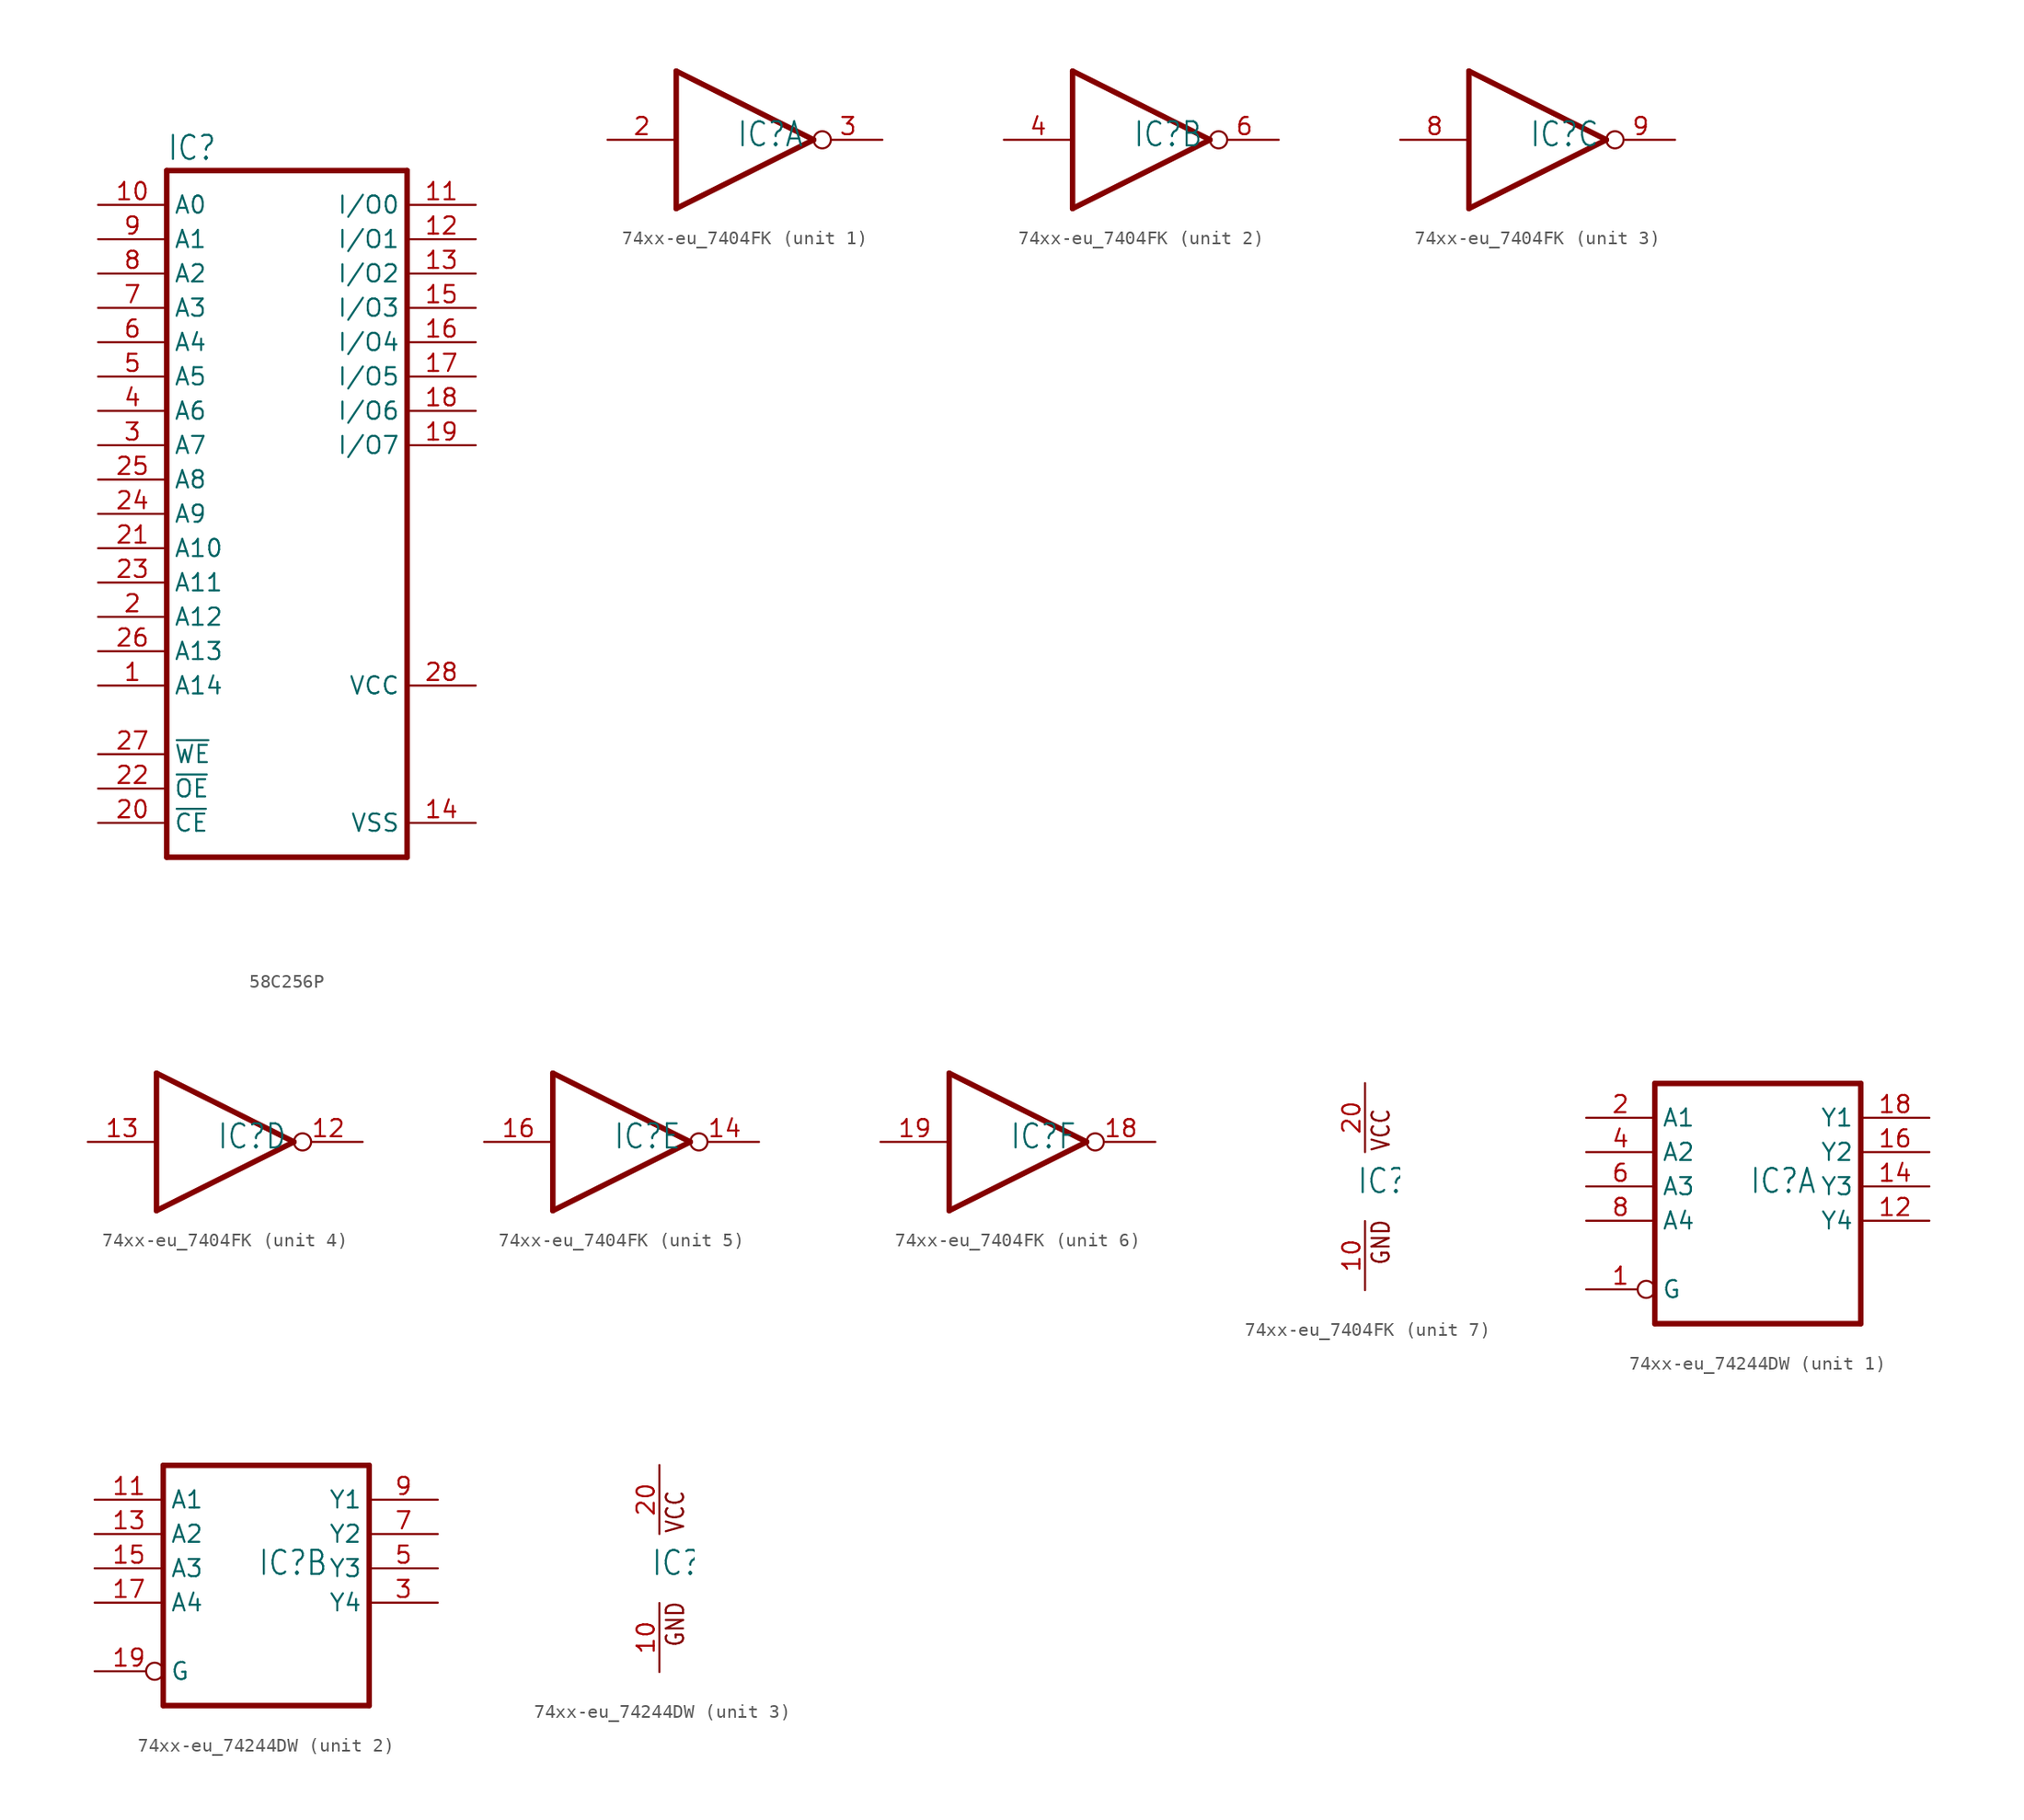
<source format=kicad_sym>
(kicad_symbol_lib
  (version 20220914)
  (generator kicad_symbol_editor)
  (symbol "58C256P"
    (property "Reference" "IC"
      (at -10.16 31.115 0)
      (effects (font (size 1.778 1.511)) (justify left bottom)))
    (property "Value" ""
      (at -10.16 -22.86 0)
      (effects (font (size 1.778 1.511)) (justify left bottom)))
    (property "ki_locked" ""
      (at 0 0 0)
      (effects (font (size 1.27 1.27))))
    (symbol "58C256P_1_0"
      (polyline (pts (xy -10.16 -20.32) (xy -10.16 30.48)) (stroke (width 0.406) (type solid)) (fill (type none)))
      (polyline (pts (xy -10.16 -20.32) (xy 7.62 -20.32)) (stroke (width 0.406) (type solid)) (fill (type none)))
      (polyline (pts (xy 7.62 30.48) (xy -10.16 30.48)) (stroke (width 0.406) (type solid)) (fill (type none)))
      (polyline (pts (xy 7.62 30.48) (xy 7.62 -20.32)) (stroke (width 0.406) (type solid)) (fill (type none)))
      (pin input line (at -15.24 -7.62 0) (length 5.08) (name "A14" (effects (font (size 1.27 1.27)))) (number "1" (effects (font (size 1.27 1.27)))))
      (pin input line (at -15.24 27.94 0) (length 5.08) (name "A0" (effects (font (size 1.27 1.27)))) (number "10" (effects (font (size 1.27 1.27)))))
      (pin tri_state line (at 12.7 27.94 180) (length 5.08) (name "I/O0" (effects (font (size 1.27 1.27)))) (number "11" (effects (font (size 1.27 1.27)))))
      (pin tri_state line (at 12.7 25.4 180) (length 5.08) (name "I/O1" (effects (font (size 1.27 1.27)))) (number "12" (effects (font (size 1.27 1.27)))))
      (pin tri_state line (at 12.7 22.86 180) (length 5.08) (name "I/O2" (effects (font (size 1.27 1.27)))) (number "13" (effects (font (size 1.27 1.27)))))
      (pin power_in line (at 12.7 -17.78 180) (length 5.08) (name "VSS" (effects (font (size 1.27 1.27)))) (number "14" (effects (font (size 1.27 1.27)))))
      (pin tri_state line (at 12.7 20.32 180) (length 5.08) (name "I/O3" (effects (font (size 1.27 1.27)))) (number "15" (effects (font (size 1.27 1.27)))))
      (pin tri_state line (at 12.7 17.78 180) (length 5.08) (name "I/O4" (effects (font (size 1.27 1.27)))) (number "16" (effects (font (size 1.27 1.27)))))
      (pin tri_state line (at 12.7 15.24 180) (length 5.08) (name "I/O5" (effects (font (size 1.27 1.27)))) (number "17" (effects (font (size 1.27 1.27)))))
      (pin tri_state line (at 12.7 12.7 180) (length 5.08) (name "I/O6" (effects (font (size 1.27 1.27)))) (number "18" (effects (font (size 1.27 1.27)))))
      (pin tri_state line (at 12.7 10.16 180) (length 5.08) (name "I/O7" (effects (font (size 1.27 1.27)))) (number "19" (effects (font (size 1.27 1.27)))))
      (pin input line (at -15.24 -2.54 0) (length 5.08) (name "A12" (effects (font (size 1.27 1.27)))) (number "2" (effects (font (size 1.27 1.27)))))
      (pin input line (at -15.24 -17.78 0) (length 5.08) (name "~{CE}" (effects (font (size 1.27 1.27)))) (number "20" (effects (font (size 1.27 1.27)))))
      (pin input line (at -15.24 2.54 0) (length 5.08) (name "A10" (effects (font (size 1.27 1.27)))) (number "21" (effects (font (size 1.27 1.27)))))
      (pin input line (at -15.24 -15.24 0) (length 5.08) (name "~{OE}" (effects (font (size 1.27 1.27)))) (number "22" (effects (font (size 1.27 1.27)))))
      (pin input line (at -15.24 0 0) (length 5.08) (name "A11" (effects (font (size 1.27 1.27)))) (number "23" (effects (font (size 1.27 1.27)))))
      (pin input line (at -15.24 5.08 0) (length 5.08) (name "A9" (effects (font (size 1.27 1.27)))) (number "24" (effects (font (size 1.27 1.27)))))
      (pin input line (at -15.24 7.62 0) (length 5.08) (name "A8" (effects (font (size 1.27 1.27)))) (number "25" (effects (font (size 1.27 1.27)))))
      (pin input line (at -15.24 -5.08 0) (length 5.08) (name "A13" (effects (font (size 1.27 1.27)))) (number "26" (effects (font (size 1.27 1.27)))))
      (pin input line (at -15.24 -12.7 0) (length 5.08) (name "~{WE}" (effects (font (size 1.27 1.27)))) (number "27" (effects (font (size 1.27 1.27)))))
      (pin power_in line (at 12.7 -7.62 180) (length 5.08) (name "VCC" (effects (font (size 1.27 1.27)))) (number "28" (effects (font (size 1.27 1.27)))))
      (pin input line (at -15.24 10.16 0) (length 5.08) (name "A7" (effects (font (size 1.27 1.27)))) (number "3" (effects (font (size 1.27 1.27)))))
      (pin input line (at -15.24 12.7 0) (length 5.08) (name "A6" (effects (font (size 1.27 1.27)))) (number "4" (effects (font (size 1.27 1.27)))))
      (pin input line (at -15.24 15.24 0) (length 5.08) (name "A5" (effects (font (size 1.27 1.27)))) (number "5" (effects (font (size 1.27 1.27)))))
      (pin input line (at -15.24 17.78 0) (length 5.08) (name "A4" (effects (font (size 1.27 1.27)))) (number "6" (effects (font (size 1.27 1.27)))))
      (pin input line (at -15.24 20.32 0) (length 5.08) (name "A3" (effects (font (size 1.27 1.27)))) (number "7" (effects (font (size 1.27 1.27)))))
      (pin input line (at -15.24 22.86 0) (length 5.08) (name "A2" (effects (font (size 1.27 1.27)))) (number "8" (effects (font (size 1.27 1.27)))))
      (pin input line (at -15.24 25.4 0) (length 5.08) (name "A1" (effects (font (size 1.27 1.27)))) (number "9" (effects (font (size 1.27 1.27)))))))
  (symbol "74xx-eu_7404FK"
    (property "Reference" "IC"
      (at -0.635 -0.635 0)
      (effects (font (size 1.778 1.511)) (justify left bottom)))
    (property "ki_locked" ""
      (at 0 0 0)
      (effects (font (size 1.27 1.27))))
    (symbol "74xx-eu_7404FK_1_0"
      (polyline (pts (xy -5.08 -5.08) (xy -5.08 5.08)) (stroke (width 0.406) (type solid)) (fill (type none)))
      (polyline (pts (xy -5.08 5.08) (xy 5.08 0)) (stroke (width 0.406) (type solid)) (fill (type none)))
      (polyline (pts (xy 5.08 0) (xy -5.08 -5.08)) (stroke (width 0.406) (type solid)) (fill (type none)))
      (pin input line (at -10.16 0 0) (length 5.08) (name "I" (effects (font (size 0 0)))) (number "2" (effects (font (size 1.27 1.27)))))
      (pin output inverted (at 10.16 0 180) (length 5.08) (name "O" (effects (font (size 0 0)))) (number "3" (effects (font (size 1.27 1.27))))))
    (symbol "74xx-eu_7404FK_2_0"
      (polyline (pts (xy -5.08 -5.08) (xy -5.08 5.08)) (stroke (width 0.406) (type solid)) (fill (type none)))
      (polyline (pts (xy -5.08 5.08) (xy 5.08 0)) (stroke (width 0.406) (type solid)) (fill (type none)))
      (polyline (pts (xy 5.08 0) (xy -5.08 -5.08)) (stroke (width 0.406) (type solid)) (fill (type none)))
      (pin input line (at -10.16 0 0) (length 5.08) (name "I" (effects (font (size 0 0)))) (number "4" (effects (font (size 1.27 1.27)))))
      (pin output inverted (at 10.16 0 180) (length 5.08) (name "O" (effects (font (size 0 0)))) (number "6" (effects (font (size 1.27 1.27))))))
    (symbol "74xx-eu_7404FK_3_0"
      (polyline (pts (xy -5.08 -5.08) (xy -5.08 5.08)) (stroke (width 0.406) (type solid)) (fill (type none)))
      (polyline (pts (xy -5.08 5.08) (xy 5.08 0)) (stroke (width 0.406) (type solid)) (fill (type none)))
      (polyline (pts (xy 5.08 0) (xy -5.08 -5.08)) (stroke (width 0.406) (type solid)) (fill (type none)))
      (pin input line (at -10.16 0 0) (length 5.08) (name "I" (effects (font (size 0 0)))) (number "8" (effects (font (size 1.27 1.27)))))
      (pin output inverted (at 10.16 0 180) (length 5.08) (name "O" (effects (font (size 0 0)))) (number "9" (effects (font (size 1.27 1.27))))))
    (symbol "74xx-eu_7404FK_4_0"
      (polyline (pts (xy -5.08 -5.08) (xy -5.08 5.08)) (stroke (width 0.406) (type solid)) (fill (type none)))
      (polyline (pts (xy -5.08 5.08) (xy 5.08 0)) (stroke (width 0.406) (type solid)) (fill (type none)))
      (polyline (pts (xy 5.08 0) (xy -5.08 -5.08)) (stroke (width 0.406) (type solid)) (fill (type none)))
      (pin output inverted (at 10.16 0 180) (length 5.08) (name "O" (effects (font (size 0 0)))) (number "12" (effects (font (size 1.27 1.27)))))
      (pin input line (at -10.16 0 0) (length 5.08) (name "I" (effects (font (size 0 0)))) (number "13" (effects (font (size 1.27 1.27))))))
    (symbol "74xx-eu_7404FK_5_0"
      (polyline (pts (xy -5.08 -5.08) (xy -5.08 5.08)) (stroke (width 0.406) (type solid)) (fill (type none)))
      (polyline (pts (xy -5.08 5.08) (xy 5.08 0)) (stroke (width 0.406) (type solid)) (fill (type none)))
      (polyline (pts (xy 5.08 0) (xy -5.08 -5.08)) (stroke (width 0.406) (type solid)) (fill (type none)))
      (pin output inverted (at 10.16 0 180) (length 5.08) (name "O" (effects (font (size 0 0)))) (number "14" (effects (font (size 1.27 1.27)))))
      (pin input line (at -10.16 0 0) (length 5.08) (name "I" (effects (font (size 0 0)))) (number "16" (effects (font (size 1.27 1.27))))))
    (symbol "74xx-eu_7404FK_6_0"
      (polyline (pts (xy -5.08 -5.08) (xy -5.08 5.08)) (stroke (width 0.406) (type solid)) (fill (type none)))
      (polyline (pts (xy -5.08 5.08) (xy 5.08 0)) (stroke (width 0.406) (type solid)) (fill (type none)))
      (polyline (pts (xy 5.08 0) (xy -5.08 -5.08)) (stroke (width 0.406) (type solid)) (fill (type none)))
      (pin output inverted (at 10.16 0 180) (length 5.08) (name "O" (effects (font (size 0 0)))) (number "18" (effects (font (size 1.27 1.27)))))
      (pin input line (at -10.16 0 0) (length 5.08) (name "I" (effects (font (size 0 0)))) (number "19" (effects (font (size 1.27 1.27))))))
    (symbol "74xx-eu_7404FK_7_0"
      (text "GND" (at 1.905 -5.842 900) (effects (font (size 1.27 1.079)) (justify left bottom)))
      (text "VCC" (at 1.905 2.54 900) (effects (font (size 1.27 1.079)) (justify left bottom)))
      (pin power_in line (at 0 -7.62 90) (length 5.08) (name "GND" (effects (font (size 0 0)))) (number "10" (effects (font (size 1.27 1.27)))))
      (pin power_in line (at 0 7.62 270) (length 5.08) (name "VCC" (effects (font (size 0 0)))) (number "20" (effects (font (size 1.27 1.27)))))))
  (symbol "74xx-eu_74244DW"
    (property "Reference" "IC"
      (at -0.635 -0.635 0)
      (effects (font (size 1.778 1.511)) (justify left bottom)))
    (property "ki_locked" ""
      (at 0 0 0)
      (effects (font (size 1.27 1.27))))
    (symbol "74xx-eu_74244DW_1_0"
      (polyline (pts (xy -7.62 -10.16) (xy 7.62 -10.16)) (stroke (width 0.406) (type solid)) (fill (type none)))
      (polyline (pts (xy -7.62 7.62) (xy -7.62 -10.16)) (stroke (width 0.406) (type solid)) (fill (type none)))
      (polyline (pts (xy 7.62 -10.16) (xy 7.62 7.62)) (stroke (width 0.406) (type solid)) (fill (type none)))
      (polyline (pts (xy 7.62 7.62) (xy -7.62 7.62)) (stroke (width 0.406) (type solid)) (fill (type none)))
      (pin input inverted (at -12.7 -7.62 0) (length 5.08) (name "G" (effects (font (size 1.27 1.27)))) (number "1" (effects (font (size 1.27 1.27)))))
      (pin tri_state line (at 12.7 -2.54 180) (length 5.08) (name "Y4" (effects (font (size 1.27 1.27)))) (number "12" (effects (font (size 1.27 1.27)))))
      (pin tri_state line (at 12.7 0 180) (length 5.08) (name "Y3" (effects (font (size 1.27 1.27)))) (number "14" (effects (font (size 1.27 1.27)))))
      (pin tri_state line (at 12.7 2.54 180) (length 5.08) (name "Y2" (effects (font (size 1.27 1.27)))) (number "16" (effects (font (size 1.27 1.27)))))
      (pin tri_state line (at 12.7 5.08 180) (length 5.08) (name "Y1" (effects (font (size 1.27 1.27)))) (number "18" (effects (font (size 1.27 1.27)))))
      (pin input line (at -12.7 5.08 0) (length 5.08) (name "A1" (effects (font (size 1.27 1.27)))) (number "2" (effects (font (size 1.27 1.27)))))
      (pin input line (at -12.7 2.54 0) (length 5.08) (name "A2" (effects (font (size 1.27 1.27)))) (number "4" (effects (font (size 1.27 1.27)))))
      (pin input line (at -12.7 0 0) (length 5.08) (name "A3" (effects (font (size 1.27 1.27)))) (number "6" (effects (font (size 1.27 1.27)))))
      (pin input line (at -12.7 -2.54 0) (length 5.08) (name "A4" (effects (font (size 1.27 1.27)))) (number "8" (effects (font (size 1.27 1.27))))))
    (symbol "74xx-eu_74244DW_2_0"
      (polyline (pts (xy -7.62 -10.16) (xy 7.62 -10.16)) (stroke (width 0.406) (type solid)) (fill (type none)))
      (polyline (pts (xy -7.62 7.62) (xy -7.62 -10.16)) (stroke (width 0.406) (type solid)) (fill (type none)))
      (polyline (pts (xy 7.62 -10.16) (xy 7.62 7.62)) (stroke (width 0.406) (type solid)) (fill (type none)))
      (polyline (pts (xy 7.62 7.62) (xy -7.62 7.62)) (stroke (width 0.406) (type solid)) (fill (type none)))
      (pin input line (at -12.7 5.08 0) (length 5.08) (name "A1" (effects (font (size 1.27 1.27)))) (number "11" (effects (font (size 1.27 1.27)))))
      (pin input line (at -12.7 2.54 0) (length 5.08) (name "A2" (effects (font (size 1.27 1.27)))) (number "13" (effects (font (size 1.27 1.27)))))
      (pin input line (at -12.7 0 0) (length 5.08) (name "A3" (effects (font (size 1.27 1.27)))) (number "15" (effects (font (size 1.27 1.27)))))
      (pin input line (at -12.7 -2.54 0) (length 5.08) (name "A4" (effects (font (size 1.27 1.27)))) (number "17" (effects (font (size 1.27 1.27)))))
      (pin input inverted (at -12.7 -7.62 0) (length 5.08) (name "G" (effects (font (size 1.27 1.27)))) (number "19" (effects (font (size 1.27 1.27)))))
      (pin tri_state line (at 12.7 -2.54 180) (length 5.08) (name "Y4" (effects (font (size 1.27 1.27)))) (number "3" (effects (font (size 1.27 1.27)))))
      (pin tri_state line (at 12.7 0 180) (length 5.08) (name "Y3" (effects (font (size 1.27 1.27)))) (number "5" (effects (font (size 1.27 1.27)))))
      (pin tri_state line (at 12.7 2.54 180) (length 5.08) (name "Y2" (effects (font (size 1.27 1.27)))) (number "7" (effects (font (size 1.27 1.27)))))
      (pin tri_state line (at 12.7 5.08 180) (length 5.08) (name "Y1" (effects (font (size 1.27 1.27)))) (number "9" (effects (font (size 1.27 1.27))))))
    (symbol "74xx-eu_74244DW_3_0"
      (text "GND" (at 1.905 -5.842 900) (effects (font (size 1.27 1.079)) (justify left bottom)))
      (text "VCC" (at 1.905 2.54 900) (effects (font (size 1.27 1.079)) (justify left bottom)))
      (pin power_in line (at 0 -7.62 90) (length 5.08) (name "GND" (effects (font (size 0 0)))) (number "10" (effects (font (size 1.27 1.27)))))
      (pin power_in line (at 0 7.62 270) (length 5.08) (name "VCC" (effects (font (size 0 0)))) (number "20" (effects (font (size 1.27 1.27))))))))
</source>
